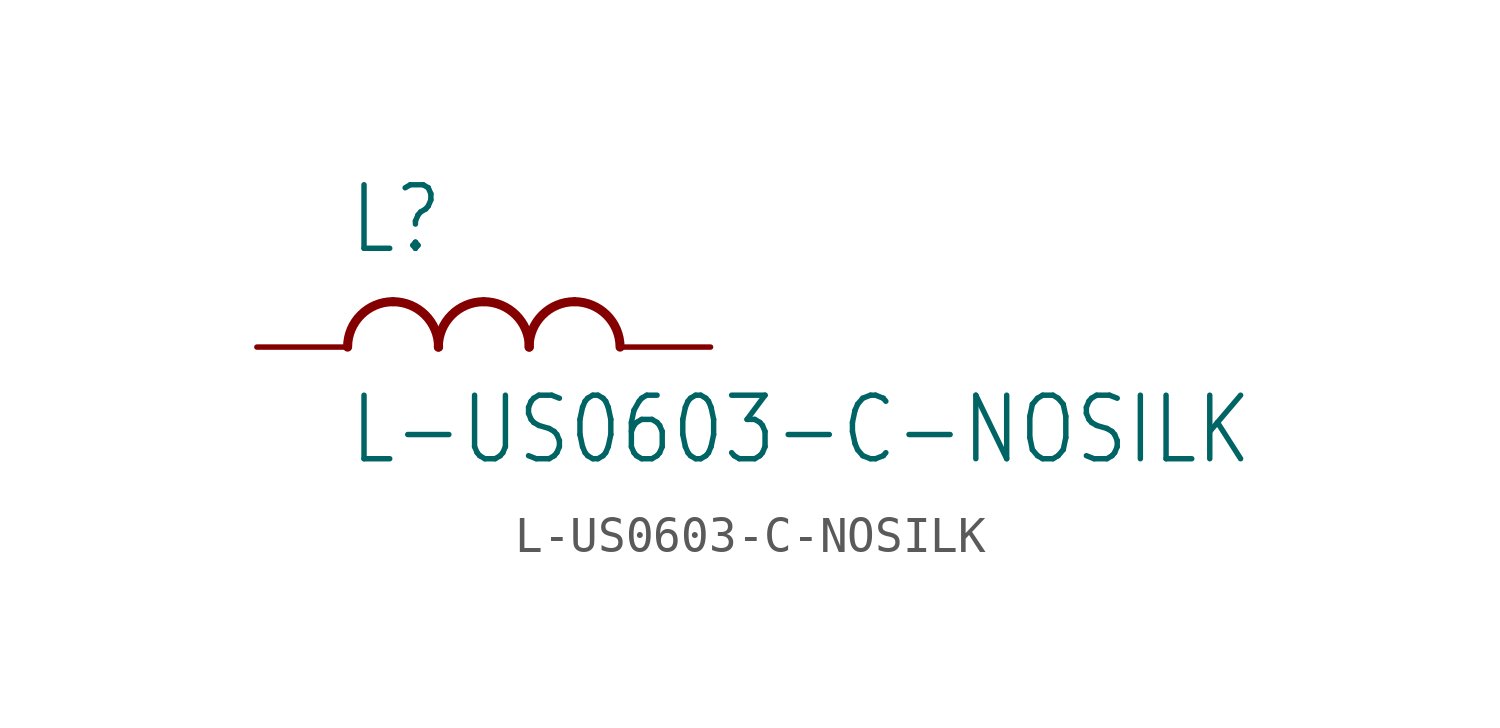
<source format=kicad_sym>
(kicad_symbol_lib
  (version 20211014)
  (generator kicad_symbol_editor)
  (symbol "L-US0603-C-NOSILK"
    (property "Reference" "L"
      (at -5.08 2.54 0)
      (effects (font (size 1.778 1.511)) (justify left bottom)))
    (property "Value" "L-US0603-C-NOSILK"
      (at -5.08 -1.27 0)
      (effects (font (size 1.778 1.511)) (justify left top)))
    (property "ki_locked" ""
      (at 0 0 0)
      (effects (font (size 1.27 1.27))))
    (symbol "L-US0603-C-NOSILK_1_0"
      (arc (start -3.81 1.27) (mid -4.708 0.898) (end -5.08 0) (stroke (width 0.254) (type default) (color 0 0 0 0)) (fill (type none)))
      (arc (start -2.54 0) (mid -2.912 0.898) (end -3.81 1.27) (stroke (width 0.254) (type default) (color 0 0 0 0)) (fill (type none)))
      (arc (start -1.27 1.27) (mid -2.168 0.898) (end -2.54 0) (stroke (width 0.254) (type default) (color 0 0 0 0)) (fill (type none)))
      (arc (start 0 0) (mid -0.372 0.898) (end -1.27 1.27) (stroke (width 0.254) (type default) (color 0 0 0 0)) (fill (type none)))
      (arc (start 1.27 1.27) (mid 0.372 0.898) (end 0 0) (stroke (width 0.254) (type default) (color 0 0 0 0)) (fill (type none)))
      (arc (start 2.54 0) (mid 2.168 0.898) (end 1.27 1.27) (stroke (width 0.254) (type default) (color 0 0 0 0)) (fill (type none)))
      (pin passive line (at -7.62 0 0) (length 2.54) (name "1" (effects (font (size 0 0)))) (number "1" (effects (font (size 0 0)))))
      (pin passive line (at 5.08 0 180) (length 2.54) (name "2" (effects (font (size 0 0)))) (number "2" (effects (font (size 0 0))))))))
</source>
